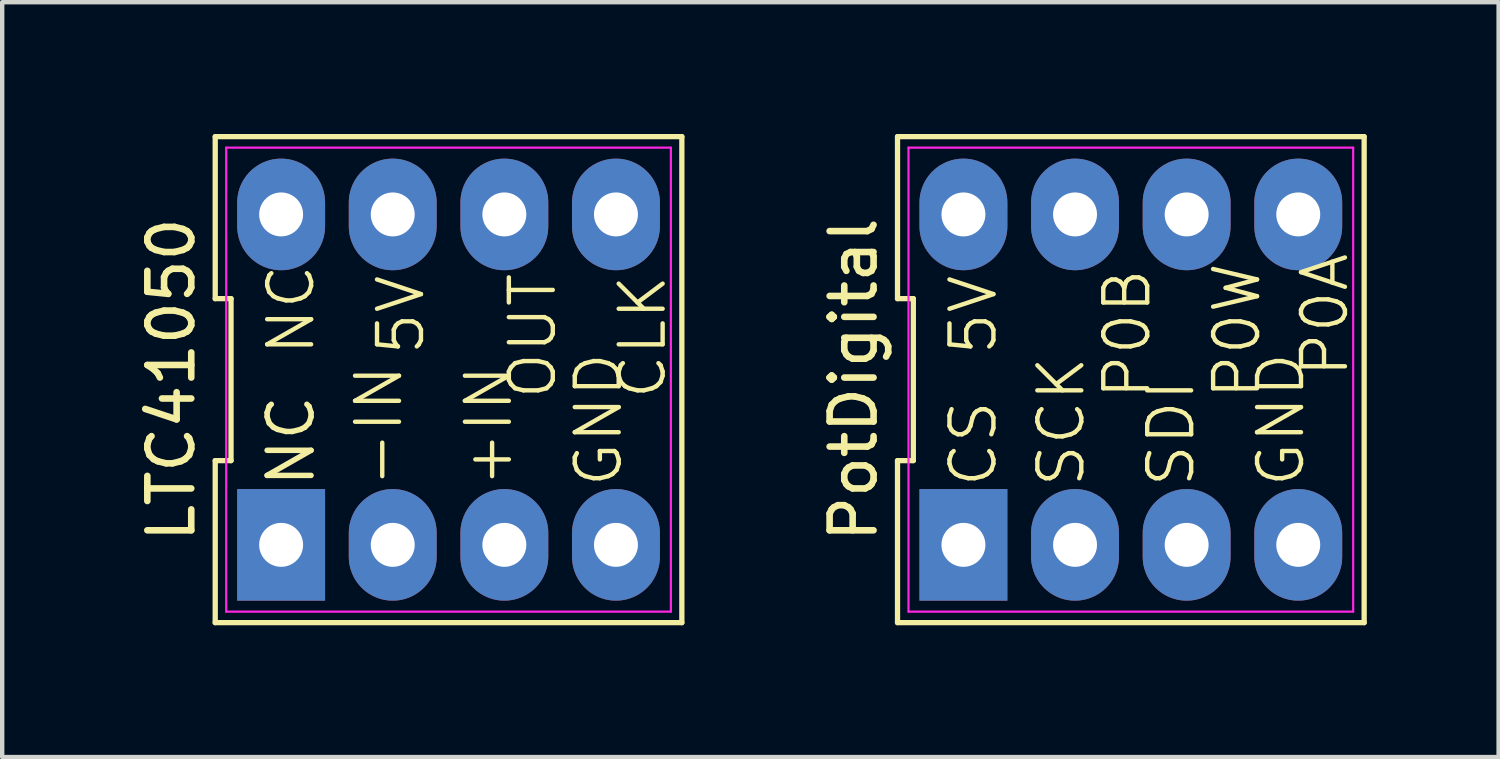
<source format=kicad_pcb>
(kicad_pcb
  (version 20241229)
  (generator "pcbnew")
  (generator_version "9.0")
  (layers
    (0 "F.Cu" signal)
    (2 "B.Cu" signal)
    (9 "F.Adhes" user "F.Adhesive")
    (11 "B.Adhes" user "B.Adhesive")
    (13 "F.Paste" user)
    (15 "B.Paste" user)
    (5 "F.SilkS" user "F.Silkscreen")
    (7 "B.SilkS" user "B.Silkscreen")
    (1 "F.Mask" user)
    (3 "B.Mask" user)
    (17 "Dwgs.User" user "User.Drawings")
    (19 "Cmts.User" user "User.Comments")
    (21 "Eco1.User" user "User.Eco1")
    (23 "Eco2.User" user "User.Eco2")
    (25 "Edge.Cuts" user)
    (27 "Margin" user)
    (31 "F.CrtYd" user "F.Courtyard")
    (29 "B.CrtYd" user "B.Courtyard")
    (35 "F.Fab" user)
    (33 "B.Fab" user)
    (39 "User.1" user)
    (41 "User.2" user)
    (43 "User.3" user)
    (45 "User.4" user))
  (footprint "PotDigital"
    (layer "F.Cu")
    (at 22.686 5.59)
    (property "Reference" "PotDigital" (at -6.31 0 90) (layer "F.SilkS") (effects (font (size 1 1) (thickness 0.15))))
    (attr through_hole)
    (fp_line (start -5.31 -5.53) (end -5.31 -1.843) (stroke (width 0.12) (type default)) (layer "F.SilkS"))
    (fp_line (start -5.31 -1.843) (end -4.95 -1.843) (stroke (width 0.12) (type default)) (layer "F.SilkS"))
    (fp_line (start -5.31 1.843) (end -5.31 5.53) (stroke (width 0.12) (type default)) (layer "F.SilkS"))
    (fp_line (start -5.31 5.53) (end 5.31 5.53) (stroke (width 0.12) (type default)) (layer "F.SilkS"))
    (fp_line (start -4.95 -1.843) (end -4.95 1.843) (stroke (width 0.12) (type default)) (layer "F.SilkS"))
    (fp_line (start -4.95 1.843) (end -5.31 1.843) (stroke (width 0.12) (type default)) (layer "F.SilkS"))
    (fp_line (start 5.31 -5.53) (end -5.31 -5.53) (stroke (width 0.12) (type default)) (layer "F.SilkS"))
    (fp_line (start 5.31 5.53) (end 5.31 -5.53) (stroke (width 0.12) (type default)) (layer "F.SilkS"))
    (fp_line (start -5.06 -5.28) (end 5.06 -5.28) (stroke (width 0.05) (type default)) (layer "F.CrtYd"))
    (fp_line (start -5.06 5.28) (end -5.06 -5.28) (stroke (width 0.05) (type default)) (layer "F.CrtYd"))
    (fp_line (start 5.06 -5.28) (end 5.06 5.28) (stroke (width 0.05) (type default)) (layer "F.CrtYd"))
    (fp_line (start 5.06 5.28) (end -5.06 5.28) (stroke (width 0.05) (type default)) (layer "F.CrtYd"))
    (fp_text user "P0B" (at 0.5 0.5 90) (unlocked yes) (layer "F.SilkS") (effects (font (size 1 1) (thickness 0.1)) (justify left bottom)))
    (fp_text user "P0A" (at 5 0 90) (unlocked yes) (layer "F.SilkS") (effects (font (size 1 1) (thickness 0.1)) (justify left bottom)))
    (fp_text user "SCK" (at -1 2.5 90) (unlocked yes) (layer "F.SilkS") (effects (font (size 1 1) (thickness 0.1)) (justify left bottom)))
    (fp_text user "5V" (at -3 -0.5 90) (unlocked yes) (layer "F.SilkS") (effects (font (size 1 1) (thickness 0.1)) (justify left bottom)))
    (fp_text user "CS" (at -3 2.5 90) (unlocked yes) (layer "F.SilkS") (effects (font (size 1 1) (thickness 0.1)) (justify left bottom)))
    (fp_text user "SDI" (at 1.5 2.5 90) (unlocked yes) (layer "F.SilkS") (effects (font (size 1 1) (thickness 0.1)) (justify left bottom)))
    (fp_text user "P0W" (at 3 0.5 90) (unlocked yes) (layer "F.SilkS") (effects (font (size 1 1) (thickness 0.1)) (justify left bottom)))
    (fp_text user "GND" (at 4 2.5 90) (unlocked yes) (layer "F.SilkS") (effects (font (size 1 1) (thickness 0.1)) (justify left bottom)))
    (pad "1" thru_hole rect (at -3.81 3.76) (size 2 2.54) (drill 1) (layers "*.Cu" "*.Mask"))
    (pad "2" thru_hole oval (at -1.27 3.76) (size 2 2.54) (drill 1) (layers "*.Cu" "*.Mask"))
    (pad "3" thru_hole oval (at 1.27 3.76) (size 2 2.54) (drill 1) (layers "*.Cu" "*.Mask"))
    (pad "4" thru_hole oval (at 3.81 3.76) (size 2 2.54) (drill 1) (layers "*.Cu" "*.Mask"))
    (pad "5" thru_hole oval (at 3.81 -3.76) (size 2 2.54) (drill 1) (layers "*.Cu" "*.Mask"))
    (pad "6" thru_hole oval (at 1.27 -3.76) (size 2 2.54) (drill 1) (layers "*.Cu" "*.Mask"))
    (pad "7" thru_hole oval (at -1.27 -3.76) (size 2 2.54) (drill 1) (layers "*.Cu" "*.Mask"))
    (pad "8" thru_hole oval (at -3.81 -3.76) (size 2 2.54) (drill 1) (layers "*.Cu" "*.Mask")))
  (footprint "LTC41050"
    (layer "F.Cu")
    (at 7.158 5.59)
    (property "Reference" "LTC41050" (at -6.31 0 90) (layer "F.SilkS") (effects (font (size 1 1) (thickness 0.15))))
    (attr through_hole)
    (fp_line (start -5.31 -5.53) (end -5.31 -1.843) (stroke (width 0.12) (type default)) (layer "F.SilkS"))
    (fp_line (start -5.31 -1.843) (end -4.95 -1.843) (stroke (width 0.12) (type default)) (layer "F.SilkS"))
    (fp_line (start -5.31 1.843) (end -5.31 5.53) (stroke (width 0.12) (type default)) (layer "F.SilkS"))
    (fp_line (start -5.31 5.53) (end 5.31 5.53) (stroke (width 0.12) (type default)) (layer "F.SilkS"))
    (fp_line (start -4.95 -1.843) (end -4.95 1.843) (stroke (width 0.12) (type default)) (layer "F.SilkS"))
    (fp_line (start -4.95 1.843) (end -5.31 1.843) (stroke (width 0.12) (type default)) (layer "F.SilkS"))
    (fp_line (start 5.31 -5.53) (end -5.31 -5.53) (stroke (width 0.12) (type default)) (layer "F.SilkS"))
    (fp_line (start 5.31 5.53) (end 5.31 -5.53) (stroke (width 0.12) (type default)) (layer "F.SilkS"))
    (fp_line (start -5.06 -5.28) (end 5.06 -5.28) (stroke (width 0.05) (type default)) (layer "F.CrtYd"))
    (fp_line (start -5.06 5.28) (end -5.06 -5.28) (stroke (width 0.05) (type default)) (layer "F.CrtYd"))
    (fp_line (start 5.06 -5.28) (end 5.06 5.28) (stroke (width 0.05) (type default)) (layer "F.CrtYd"))
    (fp_line (start 5.06 5.28) (end -5.06 5.28) (stroke (width 0.05) (type default)) (layer "F.CrtYd"))
    (fp_text user "NC" (at -3 -0.5 90) (unlocked yes) (layer "F.SilkS") (effects (font (size 1 1) (thickness 0.1)) (justify left bottom)))
    (fp_text user "OUT" (at 2.5 0.5 90) (unlocked yes) (layer "F.SilkS") (effects (font (size 1 1) (thickness 0.1)) (justify left bottom)))
    (fp_text user "GND" (at 4 2.5 90) (unlocked yes) (layer "F.SilkS") (effects (font (size 1 1) (thickness 0.1)) (justify left bottom)))
    (fp_text user "-IN" (at -1 2.5 90) (unlocked yes) (layer "F.SilkS") (effects (font (size 1 1) (thickness 0.1)) (justify left bottom)))
    (fp_text user "5V" (at -0.5 -0.5 90) (unlocked yes) (layer "F.SilkS") (effects (font (size 1 1) (thickness 0.1)) (justify left bottom)))
    (fp_text user "NC" (at -3 2.5 90) (unlocked yes) (layer "F.SilkS") (effects (font (size 1 1) (thickness 0.125)) (justify left bottom)))
    (fp_text user "+IN" (at 1.5 2.5 90) (unlocked yes) (layer "F.SilkS") (effects (font (size 1 1) (thickness 0.1)) (justify left bottom)))
    (fp_text user "CLK" (at 5 0.5 90) (unlocked yes) (layer "F.SilkS") (effects (font (size 1 1) (thickness 0.1)) (justify left bottom)))
    (pad "1" thru_hole rect (at -3.81 3.76) (size 2 2.54) (drill 1) (layers "*.Cu" "*.Mask"))
    (pad "2" thru_hole oval (at -1.27 3.76) (size 2 2.54) (drill 1) (layers "*.Cu" "*.Mask"))
    (pad "3" thru_hole oval (at 1.27 3.76) (size 2 2.54) (drill 1) (layers "*.Cu" "*.Mask"))
    (pad "4" thru_hole oval (at 3.81 3.76) (size 2 2.54) (drill 1) (layers "*.Cu" "*.Mask"))
    (pad "5" thru_hole oval (at 3.81 -3.76) (size 2 2.54) (drill 1) (layers "*.Cu" "*.Mask"))
    (pad "6" thru_hole oval (at 1.27 -3.76) (size 2 2.54) (drill 1) (layers "*.Cu" "*.Mask"))
    (pad "7" thru_hole oval (at -1.27 -3.76) (size 2 2.54) (drill 1) (layers "*.Cu" "*.Mask"))
    (pad "8" thru_hole oval (at -3.81 -3.76) (size 2 2.54) (drill 1) (layers "*.Cu" "*.Mask")))
  (gr_rect
    (start -3 -3)
    (end 31.056 14.18)
    (stroke (width 0.1) (type default))
    (fill no)
    (layer "Edge.Cuts")))
</source>
